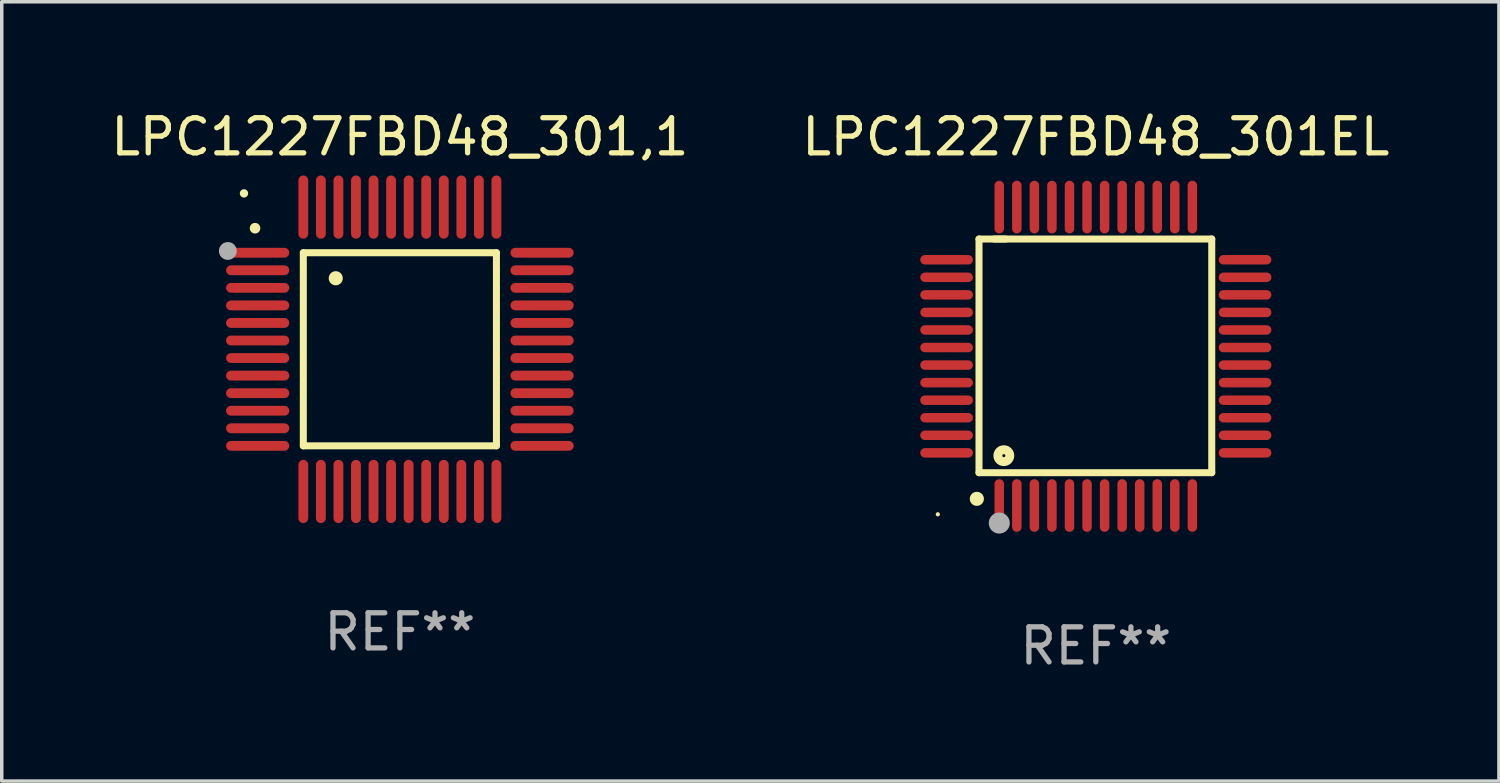
<source format=kicad_pcb>
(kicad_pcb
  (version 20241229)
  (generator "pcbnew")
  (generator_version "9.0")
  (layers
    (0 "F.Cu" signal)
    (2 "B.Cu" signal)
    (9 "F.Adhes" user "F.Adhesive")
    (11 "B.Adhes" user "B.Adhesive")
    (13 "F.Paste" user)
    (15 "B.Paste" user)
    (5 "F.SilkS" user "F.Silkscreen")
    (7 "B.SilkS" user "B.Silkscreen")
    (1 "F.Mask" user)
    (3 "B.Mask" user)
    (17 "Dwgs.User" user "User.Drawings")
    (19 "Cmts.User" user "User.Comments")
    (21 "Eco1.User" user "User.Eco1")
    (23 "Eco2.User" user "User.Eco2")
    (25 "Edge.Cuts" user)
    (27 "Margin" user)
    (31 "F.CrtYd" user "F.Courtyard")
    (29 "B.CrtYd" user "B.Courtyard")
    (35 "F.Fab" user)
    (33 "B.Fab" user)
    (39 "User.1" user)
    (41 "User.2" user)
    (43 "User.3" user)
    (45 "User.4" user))
  (footprint "LPC1227FBD48_301,1"
    (layer "F.Cu")
    (at 8.339 6.898)
    (property "Reference" "LPC1227FBD48_301,1" (at 0 -6.05 0) (layer "F.SilkS") (effects (font (size 1 1) (thickness 0.15))))
    (attr through_hole)
    (fp_line (start -2.75 -2.75) (end 2.75 -2.75) (stroke (width 0.2) (type solid)) (layer "F.SilkS"))
    (fp_line (start -2.75 2.75) (end -2.75 -2.75) (stroke (width 0.2) (type solid)) (layer "F.SilkS"))
    (fp_line (start 2.75 -2.75) (end 2.75 2.75) (stroke (width 0.2) (type solid)) (layer "F.SilkS"))
    (fp_line (start 2.75 2.75) (end -2.75 2.75) (stroke (width 0.2) (type solid)) (layer "F.SilkS"))
    (fp_arc (start -4.124968 -3.446787) (mid -4.124973 -3.448057) (end -4.124968 -3.449327) (stroke (width 0.3) (type solid)) (layer "F.SilkS"))
    (fp_arc (start -1.826264 -2.021844) (mid -1.826268 -2.023114) (end -1.826264 -2.024384) (stroke (width 0.4) (type solid)) (layer "F.SilkS"))
    (fp_circle (center -4.44 -4.44) (end -4.38 -4.44) (stroke (width 0.12) (type solid)) (fill no) (layer "F.SilkS"))
    (fp_circle (center -4.9 -2.8) (end -4.773 -2.8) (stroke (width 0.254) (type solid)) (fill no) (layer "F.Fab"))
    (fp_text user "REF**" (at 0 8.05 0) (layer "F.Fab") (effects (font (size 1 1) (thickness 0.15))))
    (pad "1" smd oval (at -4.05 -2.75 90) (size 0.28 1.8) (layers "F.Cu" "F.Mask" "F.Paste"))
    (pad "2" smd oval (at -4.05 -2.25 90) (size 0.28 1.8) (layers "F.Cu" "F.Mask" "F.Paste"))
    (pad "3" smd oval (at -4.05 -1.75 90) (size 0.28 1.8) (layers "F.Cu" "F.Mask" "F.Paste"))
    (pad "4" smd oval (at -4.05 -1.25 90) (size 0.28 1.8) (layers "F.Cu" "F.Mask" "F.Paste"))
    (pad "5" smd oval (at -4.05 -0.75 90) (size 0.28 1.8) (layers "F.Cu" "F.Mask" "F.Paste"))
    (pad "6" smd oval (at -4.05 -0.25 90) (size 0.28 1.8) (layers "F.Cu" "F.Mask" "F.Paste"))
    (pad "7" smd oval (at -4.05 0.25 90) (size 0.28 1.8) (layers "F.Cu" "F.Mask" "F.Paste"))
    (pad "8" smd oval (at -4.05 0.75 90) (size 0.28 1.8) (layers "F.Cu" "F.Mask" "F.Paste"))
    (pad "9" smd oval (at -4.05 1.25 90) (size 0.28 1.8) (layers "F.Cu" "F.Mask" "F.Paste"))
    (pad "10" smd oval (at -4.05 1.75 90) (size 0.28 1.8) (layers "F.Cu" "F.Mask" "F.Paste"))
    (pad "11" smd oval (at -4.05 2.25 90) (size 0.28 1.8) (layers "F.Cu" "F.Mask" "F.Paste"))
    (pad "12" smd oval (at -4.05 2.75 90) (size 0.28 1.8) (layers "F.Cu" "F.Mask" "F.Paste"))
    (pad "13" smd oval (at -2.75 4.05) (size 0.28 1.8) (layers "F.Cu" "F.Mask" "F.Paste"))
    (pad "14" smd oval (at -2.25 4.05) (size 0.28 1.8) (layers "F.Cu" "F.Mask" "F.Paste"))
    (pad "15" smd oval (at -1.75 4.05) (size 0.28 1.8) (layers "F.Cu" "F.Mask" "F.Paste"))
    (pad "16" smd oval (at -1.25 4.05) (size 0.28 1.8) (layers "F.Cu" "F.Mask" "F.Paste"))
    (pad "17" smd oval (at -0.75 4.05) (size 0.28 1.8) (layers "F.Cu" "F.Mask" "F.Paste"))
    (pad "18" smd oval (at -0.25 4.05) (size 0.28 1.8) (layers "F.Cu" "F.Mask" "F.Paste"))
    (pad "19" smd oval (at 0.25 4.05) (size 0.28 1.8) (layers "F.Cu" "F.Mask" "F.Paste"))
    (pad "20" smd oval (at 0.75 4.05) (size 0.28 1.8) (layers "F.Cu" "F.Mask" "F.Paste"))
    (pad "21" smd oval (at 1.25 4.05) (size 0.28 1.8) (layers "F.Cu" "F.Mask" "F.Paste"))
    (pad "22" smd oval (at 1.75 4.05) (size 0.28 1.8) (layers "F.Cu" "F.Mask" "F.Paste"))
    (pad "23" smd oval (at 2.25 4.05) (size 0.28 1.8) (layers "F.Cu" "F.Mask" "F.Paste"))
    (pad "24" smd oval (at 2.75 4.05) (size 0.28 1.8) (layers "F.Cu" "F.Mask" "F.Paste"))
    (pad "25" smd oval (at 4.05 2.75 90) (size 0.28 1.8) (layers "F.Cu" "F.Mask" "F.Paste"))
    (pad "26" smd oval (at 4.05 2.25 90) (size 0.28 1.8) (layers "F.Cu" "F.Mask" "F.Paste"))
    (pad "27" smd oval (at 4.05 1.75 90) (size 0.28 1.8) (layers "F.Cu" "F.Mask" "F.Paste"))
    (pad "28" smd oval (at 4.05 1.25 90) (size 0.28 1.8) (layers "F.Cu" "F.Mask" "F.Paste"))
    (pad "29" smd oval (at 4.05 0.75 90) (size 0.28 1.8) (layers "F.Cu" "F.Mask" "F.Paste"))
    (pad "30" smd oval (at 4.05 0.25 90) (size 0.28 1.8) (layers "F.Cu" "F.Mask" "F.Paste"))
    (pad "31" smd oval (at 4.05 -0.25 90) (size 0.28 1.8) (layers "F.Cu" "F.Mask" "F.Paste"))
    (pad "32" smd oval (at 4.05 -0.75 90) (size 0.28 1.8) (layers "F.Cu" "F.Mask" "F.Paste"))
    (pad "33" smd oval (at 4.05 -1.25 90) (size 0.28 1.8) (layers "F.Cu" "F.Mask" "F.Paste"))
    (pad "34" smd oval (at 4.05 -1.75 90) (size 0.28 1.8) (layers "F.Cu" "F.Mask" "F.Paste"))
    (pad "35" smd oval (at 4.05 -2.25 90) (size 0.28 1.8) (layers "F.Cu" "F.Mask" "F.Paste"))
    (pad "36" smd oval (at 4.05 -2.75 90) (size 0.28 1.8) (layers "F.Cu" "F.Mask" "F.Paste"))
    (pad "37" smd oval (at 2.75 -4.05) (size 0.28 1.8) (layers "F.Cu" "F.Mask" "F.Paste"))
    (pad "38" smd oval (at 2.25 -4.05) (size 0.28 1.8) (layers "F.Cu" "F.Mask" "F.Paste"))
    (pad "39" smd oval (at 1.75 -4.05) (size 0.28 1.8) (layers "F.Cu" "F.Mask" "F.Paste"))
    (pad "40" smd oval (at 1.25 -4.05) (size 0.28 1.8) (layers "F.Cu" "F.Mask" "F.Paste"))
    (pad "41" smd oval (at 0.75 -4.05) (size 0.28 1.8) (layers "F.Cu" "F.Mask" "F.Paste"))
    (pad "42" smd oval (at 0.25 -4.05) (size 0.28 1.8) (layers "F.Cu" "F.Mask" "F.Paste"))
    (pad "43" smd oval (at -0.25 -4.05) (size 0.28 1.8) (layers "F.Cu" "F.Mask" "F.Paste"))
    (pad "44" smd oval (at -0.75 -4.05) (size 0.28 1.8) (layers "F.Cu" "F.Mask" "F.Paste"))
    (pad "45" smd oval (at -1.25 -4.05) (size 0.28 1.8) (layers "F.Cu" "F.Mask" "F.Paste"))
    (pad "46" smd oval (at -1.75 -4.05) (size 0.28 1.8) (layers "F.Cu" "F.Mask" "F.Paste"))
    (pad "47" smd oval (at -2.25 -4.05) (size 0.28 1.8) (layers "F.Cu" "F.Mask" "F.Paste"))
    (pad "48" smd oval (at -2.75 -4.05) (size 0.28 1.8) (layers "F.Cu" "F.Mask" "F.Paste")))
  (footprint "LPC1227FBD48_301EL"
    (layer "F.Cu")
    (at 28.161 7.098)
    (property "Reference" "LPC1227FBD48_301EL" (at 0 -6.25 0) (layer "F.SilkS") (effects (font (size 1 1) (thickness 0.15))))
    (attr through_hole)
    (fp_line (start -3.327 -3.34) (end -2.565 -3.34) (stroke (width 0.2) (type solid)) (layer "F.SilkS"))
    (fp_line (start -3.327 3.315) (end -3.327 -3.34) (stroke (width 0.2) (type solid)) (layer "F.SilkS"))
    (fp_line (start -2.896 -3.34) (end 3.302 -3.34) (stroke (width 0.2) (type solid)) (layer "F.SilkS"))
    (fp_line (start 3.302 -3.34) (end 3.302 3.315) (stroke (width 0.2) (type solid)) (layer "F.SilkS"))
    (fp_line (start 3.302 3.315) (end -3.327 3.315) (stroke (width 0.2) (type solid)) (layer "F.SilkS"))
    (fp_arc (start -3.389992 4.059995) (mid -3.388722 4.059991) (end -3.387452 4.059995) (stroke (width 0.4) (type solid)) (layer "F.SilkS"))
    (fp_circle (center -4.5 4.5) (end -4.47 4.5) (stroke (width 0.06) (type solid)) (fill no) (layer "F.SilkS"))
    (fp_circle (center -2.62 2.83) (end -2.45 2.83) (stroke (width 0.254) (type solid)) (fill no) (layer "F.SilkS"))
    (fp_circle (center -2.75 4.75) (end -2.6 4.75) (stroke (width 0.3) (type solid)) (fill no) (layer "F.Fab"))
    (fp_text user "REF**" (at 0 8.25 0) (layer "F.Fab") (effects (font (size 1 1) (thickness 0.15))))
    (pad "1" smd oval (at -2.75 4.25) (size 0.27 1.5) (layers "F.Cu" "F.Mask" "F.Paste"))
    (pad "2" smd oval (at -2.25 4.25) (size 0.27 1.5) (layers "F.Cu" "F.Mask" "F.Paste"))
    (pad "3" smd oval (at -1.75 4.25) (size 0.27 1.5) (layers "F.Cu" "F.Mask" "F.Paste"))
    (pad "4" smd oval (at -1.25 4.25) (size 0.27 1.5) (layers "F.Cu" "F.Mask" "F.Paste"))
    (pad "5" smd oval (at -0.75 4.25) (size 0.27 1.5) (layers "F.Cu" "F.Mask" "F.Paste"))
    (pad "6" smd oval (at -0.25 4.25) (size 0.27 1.5) (layers "F.Cu" "F.Mask" "F.Paste"))
    (pad "7" smd oval (at 0.25 4.25) (size 0.27 1.5) (layers "F.Cu" "F.Mask" "F.Paste"))
    (pad "8" smd oval (at 0.75 4.25) (size 0.27 1.5) (layers "F.Cu" "F.Mask" "F.Paste"))
    (pad "9" smd oval (at 1.25 4.25) (size 0.27 1.5) (layers "F.Cu" "F.Mask" "F.Paste"))
    (pad "10" smd oval (at 1.75 4.25) (size 0.27 1.5) (layers "F.Cu" "F.Mask" "F.Paste"))
    (pad "11" smd oval (at 2.25 4.25) (size 0.27 1.5) (layers "F.Cu" "F.Mask" "F.Paste"))
    (pad "12" smd oval (at 2.75 4.25) (size 0.27 1.5) (layers "F.Cu" "F.Mask" "F.Paste"))
    (pad "13" smd oval (at 4.25 2.75) (size 1.5 0.27) (layers "F.Cu" "F.Mask" "F.Paste"))
    (pad "14" smd oval (at 4.25 2.25) (size 1.5 0.27) (layers "F.Cu" "F.Mask" "F.Paste"))
    (pad "15" smd oval (at 4.25 1.75) (size 1.5 0.27) (layers "F.Cu" "F.Mask" "F.Paste"))
    (pad "16" smd oval (at 4.25 1.25) (size 1.5 0.27) (layers "F.Cu" "F.Mask" "F.Paste"))
    (pad "17" smd oval (at 4.25 0.75) (size 1.5 0.27) (layers "F.Cu" "F.Mask" "F.Paste"))
    (pad "18" smd oval (at 4.25 0.25) (size 1.5 0.27) (layers "F.Cu" "F.Mask" "F.Paste"))
    (pad "19" smd oval (at 4.25 -0.25) (size 1.5 0.27) (layers "F.Cu" "F.Mask" "F.Paste"))
    (pad "20" smd oval (at 4.25 -0.75) (size 1.5 0.27) (layers "F.Cu" "F.Mask" "F.Paste"))
    (pad "21" smd oval (at 4.25 -1.25) (size 1.5 0.27) (layers "F.Cu" "F.Mask" "F.Paste"))
    (pad "22" smd oval (at 4.25 -1.75) (size 1.5 0.27) (layers "F.Cu" "F.Mask" "F.Paste"))
    (pad "23" smd oval (at 4.25 -2.25) (size 1.5 0.27) (layers "F.Cu" "F.Mask" "F.Paste"))
    (pad "24" smd oval (at 4.25 -2.75) (size 1.5 0.27) (layers "F.Cu" "F.Mask" "F.Paste"))
    (pad "25" smd oval (at 2.75 -4.25) (size 0.27 1.5) (layers "F.Cu" "F.Mask" "F.Paste"))
    (pad "26" smd oval (at 2.25 -4.25) (size 0.27 1.5) (layers "F.Cu" "F.Mask" "F.Paste"))
    (pad "27" smd oval (at 1.75 -4.25) (size 0.27 1.5) (layers "F.Cu" "F.Mask" "F.Paste"))
    (pad "28" smd oval (at 1.25 -4.25) (size 0.27 1.5) (layers "F.Cu" "F.Mask" "F.Paste"))
    (pad "29" smd oval (at 0.75 -4.25) (size 0.27 1.5) (layers "F.Cu" "F.Mask" "F.Paste"))
    (pad "30" smd oval (at 0.25 -4.25) (size 0.27 1.5) (layers "F.Cu" "F.Mask" "F.Paste"))
    (pad "31" smd oval (at -0.25 -4.25) (size 0.27 1.5) (layers "F.Cu" "F.Mask" "F.Paste"))
    (pad "32" smd oval (at -0.75 -4.25) (size 0.27 1.5) (layers "F.Cu" "F.Mask" "F.Paste"))
    (pad "33" smd oval (at -1.25 -4.25) (size 0.27 1.5) (layers "F.Cu" "F.Mask" "F.Paste"))
    (pad "34" smd oval (at -1.75 -4.25) (size 0.27 1.5) (layers "F.Cu" "F.Mask" "F.Paste"))
    (pad "35" smd oval (at -2.25 -4.25) (size 0.27 1.5) (layers "F.Cu" "F.Mask" "F.Paste"))
    (pad "36" smd oval (at -2.75 -4.25) (size 0.27 1.5) (layers "F.Cu" "F.Mask" "F.Paste"))
    (pad "37" smd oval (at -4.25 -2.75) (size 1.5 0.27) (layers "F.Cu" "F.Mask" "F.Paste"))
    (pad "38" smd oval (at -4.25 -2.25) (size 1.5 0.27) (layers "F.Cu" "F.Mask" "F.Paste"))
    (pad "39" smd oval (at -4.25 -1.75) (size 1.5 0.27) (layers "F.Cu" "F.Mask" "F.Paste"))
    (pad "40" smd oval (at -4.25 -1.25) (size 1.5 0.27) (layers "F.Cu" "F.Mask" "F.Paste"))
    (pad "41" smd oval (at -4.25 -0.75) (size 1.5 0.27) (layers "F.Cu" "F.Mask" "F.Paste"))
    (pad "42" smd oval (at -4.25 -0.25) (size 1.5 0.27) (layers "F.Cu" "F.Mask" "F.Paste"))
    (pad "43" smd oval (at -4.25 0.25) (size 1.5 0.27) (layers "F.Cu" "F.Mask" "F.Paste"))
    (pad "44" smd oval (at -4.25 0.75) (size 1.5 0.27) (layers "F.Cu" "F.Mask" "F.Paste"))
    (pad "45" smd oval (at -4.25 1.25) (size 1.5 0.27) (layers "F.Cu" "F.Mask" "F.Paste"))
    (pad "46" smd oval (at -4.25 1.75) (size 1.5 0.27) (layers "F.Cu" "F.Mask" "F.Paste"))
    (pad "47" smd oval (at -4.25 2.25) (size 1.5 0.27) (layers "F.Cu" "F.Mask" "F.Paste"))
    (pad "48" smd oval (at -4.25 2.75) (size 1.5 0.27) (layers "F.Cu" "F.Mask" "F.Paste")))
  (gr_rect
    (start -3 -3)
    (end 39.643 19.196)
    (stroke (width 0.1) (type default))
    (fill no)
    (layer "Edge.Cuts")))
</source>
